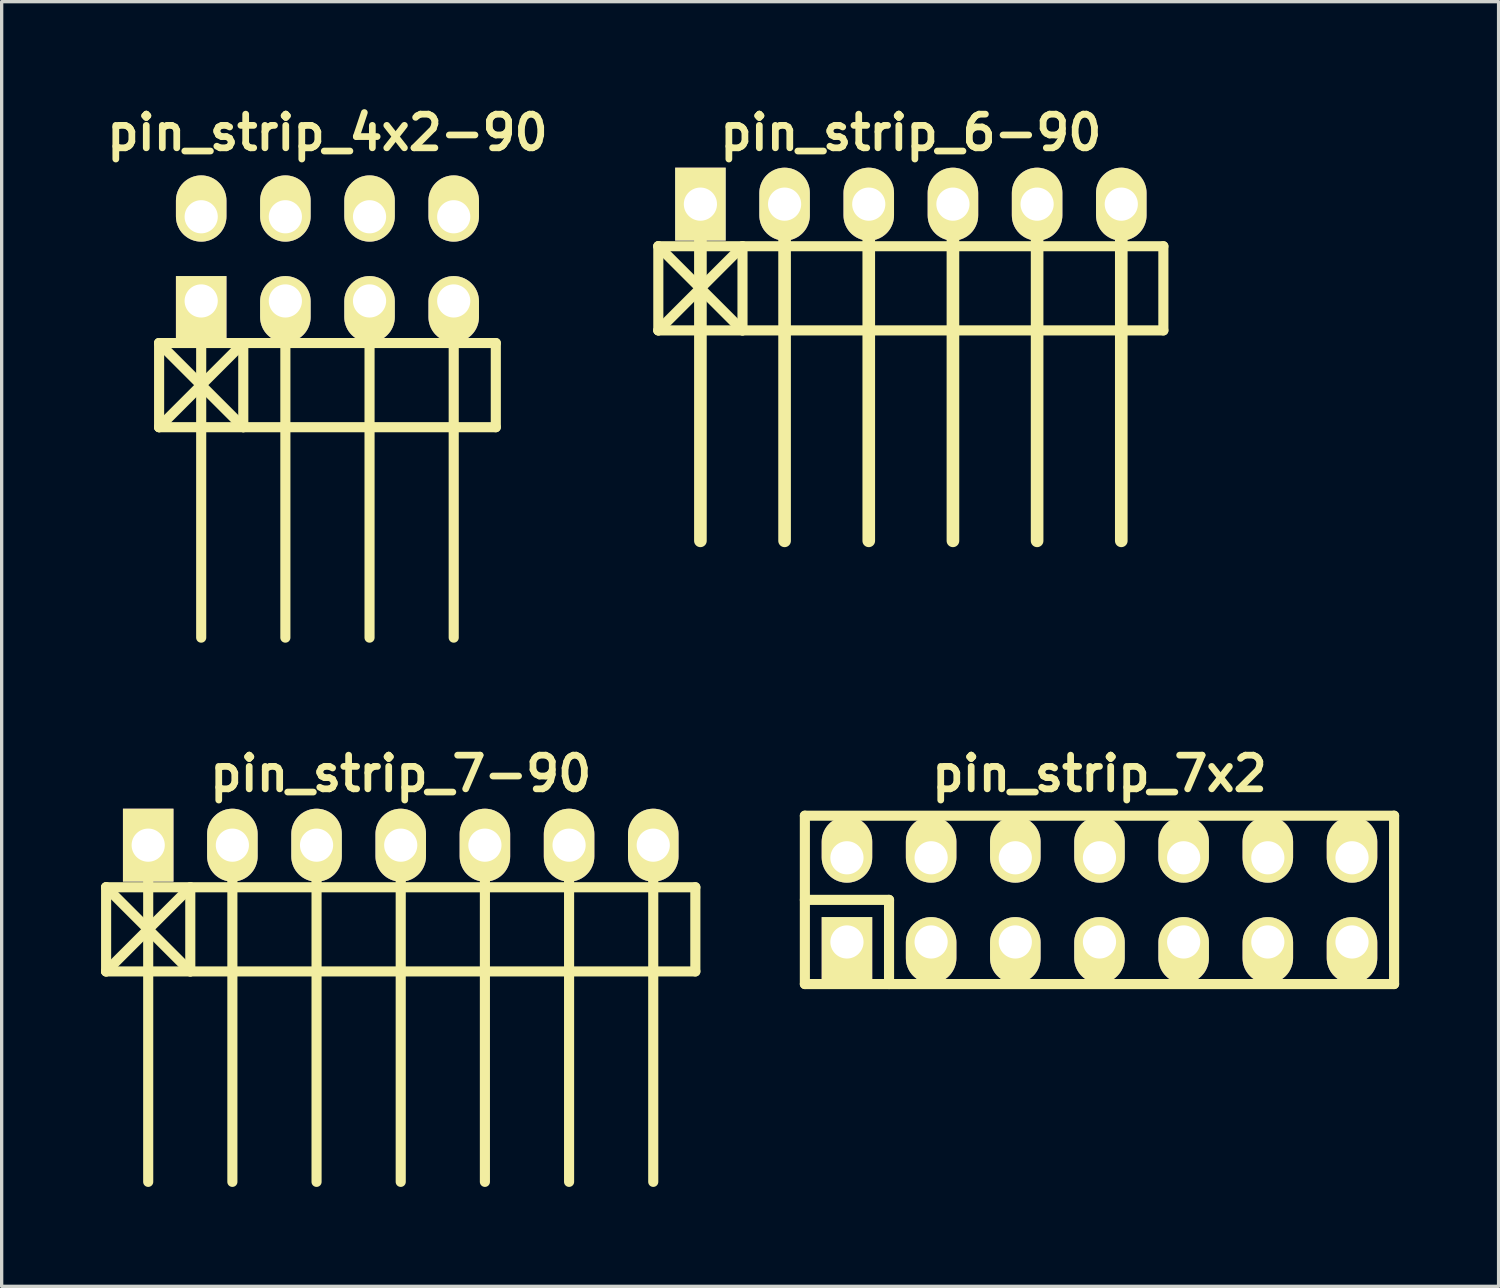
<source format=kicad_pcb>
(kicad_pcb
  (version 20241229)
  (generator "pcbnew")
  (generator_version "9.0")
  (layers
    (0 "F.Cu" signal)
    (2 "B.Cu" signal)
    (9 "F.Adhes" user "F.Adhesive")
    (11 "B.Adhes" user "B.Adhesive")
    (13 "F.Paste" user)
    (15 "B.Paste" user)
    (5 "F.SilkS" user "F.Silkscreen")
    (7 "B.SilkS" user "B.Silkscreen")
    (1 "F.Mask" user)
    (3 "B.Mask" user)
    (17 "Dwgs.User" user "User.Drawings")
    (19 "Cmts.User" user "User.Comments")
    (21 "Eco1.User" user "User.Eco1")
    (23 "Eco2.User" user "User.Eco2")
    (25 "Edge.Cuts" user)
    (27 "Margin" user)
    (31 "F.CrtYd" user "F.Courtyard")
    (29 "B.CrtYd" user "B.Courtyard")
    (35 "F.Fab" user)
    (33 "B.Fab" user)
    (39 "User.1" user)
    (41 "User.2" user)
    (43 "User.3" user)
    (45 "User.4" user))
  (footprint "pin_strip_7x2"
    (layer "F.Cu")
    (at 30.127 24.104)
    (property "Reference" "pin_strip_7x2" (at 0 -3.81 0) (layer "F.SilkS") (effects (font (size 1.016 1.016) (thickness 0.203))))
    (attr through_hole)
    (fp_line (start -8.89 -2.54) (end -8.89 2.54) (stroke (width 0.305) (type solid)) (layer "F.SilkS"))
    (fp_line (start -8.89 -2.54) (end 8.89 -2.54) (stroke (width 0.305) (type solid)) (layer "F.SilkS"))
    (fp_line (start -8.89 0) (end -6.35 0) (stroke (width 0.305) (type solid)) (layer "F.SilkS"))
    (fp_line (start -6.35 0) (end -6.35 2.54) (stroke (width 0.305) (type solid)) (layer "F.SilkS"))
    (fp_line (start 8.89 -2.54) (end 8.89 2.54) (stroke (width 0.305) (type solid)) (layer "F.SilkS"))
    (fp_line (start 8.89 2.54) (end -8.89 2.54) (stroke (width 0.305) (type solid)) (layer "F.SilkS"))
    (pad "1" thru_hole rect (at -7.62 1.27) (size 1.524 1.999) (drill 1.001 (offset 0 0.249)) (layers "*.Cu" "*.Mask" "F.SilkS"))
    (pad "2" thru_hole oval (at -7.62 -1.27) (size 1.524 1.999) (drill 1.001 (offset 0 -0.249)) (layers "*.Cu" "*.Mask" "F.SilkS"))
    (pad "3" thru_hole oval (at -5.08 1.27) (size 1.524 1.999) (drill 1.001 (offset 0 0.249)) (layers "*.Cu" "*.Mask" "F.SilkS"))
    (pad "4" thru_hole oval (at -5.08 -1.27) (size 1.524 1.999) (drill 1.001 (offset 0 -0.249)) (layers "*.Cu" "*.Mask" "F.SilkS"))
    (pad "5" thru_hole oval (at -2.54 1.27) (size 1.524 1.999) (drill 1.001 (offset 0 0.249)) (layers "*.Cu" "*.Mask" "F.SilkS"))
    (pad "6" thru_hole oval (at -2.54 -1.27) (size 1.524 1.999) (drill 1.001 (offset 0 -0.249)) (layers "*.Cu" "*.Mask" "F.SilkS"))
    (pad "7" thru_hole oval (at 0 1.27) (size 1.524 1.999) (drill 1.001 (offset 0 0.249)) (layers "*.Cu" "*.Mask" "F.SilkS"))
    (pad "8" thru_hole oval (at 0 -1.27) (size 1.524 1.999) (drill 1.001 (offset 0 -0.249)) (layers "*.Cu" "*.Mask" "F.SilkS"))
    (pad "9" thru_hole oval (at 2.54 1.27) (size 1.524 1.999) (drill 1.001 (offset 0 0.249)) (layers "*.Cu" "*.Mask" "F.SilkS"))
    (pad "10" thru_hole oval (at 2.54 -1.27) (size 1.524 1.999) (drill 1.001 (offset 0 -0.249)) (layers "*.Cu" "*.Mask" "F.SilkS"))
    (pad "11" thru_hole oval (at 5.08 1.27) (size 1.524 1.999) (drill 1.001 (offset 0 0.249)) (layers "*.Cu" "*.Mask" "F.SilkS"))
    (pad "12" thru_hole oval (at 5.08 -1.27) (size 1.524 1.999) (drill 1.001 (offset 0 -0.249)) (layers "*.Cu" "*.Mask" "F.SilkS"))
    (pad "13" thru_hole oval (at 7.62 1.27) (size 1.524 1.999) (drill 1.001 (offset 0 0.249)) (layers "*.Cu" "*.Mask" "F.SilkS"))
    (pad "14" thru_hole oval (at 7.62 -1.27) (size 1.524 1.999) (drill 1.001 (offset 0 -0.249)) (layers "*.Cu" "*.Mask" "F.SilkS")))
  (footprint "pin_strip_7-90"
    (layer "F.Cu")
    (at 9.042 22.453)
    (property "Reference" "pin_strip_7-90" (at 0 -2.159 0) (layer "F.SilkS") (effects (font (size 1.016 1.016) (thickness 0.203))))
    (attr through_hole)
    (fp_line (start -8.89 1.27) (end -6.35 3.81) (stroke (width 0.305) (type solid)) (layer "F.SilkS"))
    (fp_line (start -8.89 1.27) (end 8.89 1.27) (stroke (width 0.305) (type solid)) (layer "F.SilkS"))
    (fp_line (start -8.89 3.81) (end -8.89 1.27) (stroke (width 0.305) (type solid)) (layer "F.SilkS"))
    (fp_line (start -7.62 0) (end -7.62 10.16) (stroke (width 0.305) (type solid)) (layer "F.SilkS"))
    (fp_line (start -6.35 1.27) (end -8.89 3.81) (stroke (width 0.305) (type solid)) (layer "F.SilkS"))
    (fp_line (start -6.35 1.27) (end -6.35 3.81) (stroke (width 0.305) (type solid)) (layer "F.SilkS"))
    (fp_line (start -5.08 0) (end -5.08 10.16) (stroke (width 0.305) (type solid)) (layer "F.SilkS"))
    (fp_line (start -2.54 10.16) (end -2.54 0) (stroke (width 0.305) (type solid)) (layer "F.SilkS"))
    (fp_line (start 0 0) (end 0 10.16) (stroke (width 0.305) (type solid)) (layer "F.SilkS"))
    (fp_line (start 2.54 0) (end 2.54 10.16) (stroke (width 0.305) (type solid)) (layer "F.SilkS"))
    (fp_line (start 5.08 0) (end 5.08 10.16) (stroke (width 0.305) (type solid)) (layer "F.SilkS"))
    (fp_line (start 7.62 0) (end 7.62 10.16) (stroke (width 0.305) (type solid)) (layer "F.SilkS"))
    (fp_line (start 8.89 1.27) (end 8.89 3.81) (stroke (width 0.305) (type solid)) (layer "F.SilkS"))
    (fp_line (start 8.89 3.81) (end -8.89 3.81) (stroke (width 0.305) (type solid)) (layer "F.SilkS"))
    (pad "1" thru_hole rect (at -7.62 0) (size 1.524 2.2) (drill 1.001) (layers "*.Cu" "*.Mask" "F.SilkS"))
    (pad "2" thru_hole oval (at -5.08 0) (size 1.524 2.2) (drill 1.001) (layers "*.Cu" "*.Mask" "F.SilkS"))
    (pad "3" thru_hole oval (at -2.54 0) (size 1.524 2.2) (drill 1.001) (layers "*.Cu" "*.Mask" "F.SilkS"))
    (pad "4" thru_hole oval (at 0 0) (size 1.524 2.2) (drill 1.001) (layers "*.Cu" "*.Mask" "F.SilkS"))
    (pad "5" thru_hole oval (at 2.54 0) (size 1.524 2.2) (drill 1.001) (layers "*.Cu" "*.Mask" "F.SilkS"))
    (pad "6" thru_hole oval (at 5.08 0) (size 1.524 2.2) (drill 1.001) (layers "*.Cu" "*.Mask" "F.SilkS"))
    (pad "7" thru_hole oval (at 7.62 0) (size 1.524 2.2) (drill 1.001) (layers "*.Cu" "*.Mask" "F.SilkS")))
  (footprint "pin_strip_4x2-90"
    (layer "F.Cu")
    (at 6.831 4.761)
    (property "Reference" "pin_strip_4x2-90" (at 0 -3.81 0) (layer "F.SilkS") (effects (font (size 1.016 1.016) (thickness 0.203))))
    (attr through_hole)
    (fp_line (start -5.08 2.54) (end -2.54 5.08) (stroke (width 0.305) (type solid)) (layer "F.SilkS"))
    (fp_line (start -5.08 2.54) (end 5.08 2.54) (stroke (width 0.305) (type solid)) (layer "F.SilkS"))
    (fp_line (start -5.08 5.08) (end -5.08 2.54) (stroke (width 0.305) (type solid)) (layer "F.SilkS"))
    (fp_line (start -3.81 1.27) (end -3.81 11.43) (stroke (width 0.305) (type solid)) (layer "F.SilkS"))
    (fp_line (start -2.54 2.54) (end -5.08 5.08) (stroke (width 0.305) (type solid)) (layer "F.SilkS"))
    (fp_line (start -2.54 5.08) (end -2.54 2.54) (stroke (width 0.305) (type solid)) (layer "F.SilkS"))
    (fp_line (start -1.27 1.27) (end -1.27 11.43) (stroke (width 0.305) (type solid)) (layer "F.SilkS"))
    (fp_line (start 1.27 11.43) (end 1.27 1.27) (stroke (width 0.305) (type solid)) (layer "F.SilkS"))
    (fp_line (start 3.81 1.27) (end 3.81 11.43) (stroke (width 0.305) (type solid)) (layer "F.SilkS"))
    (fp_line (start 5.08 2.54) (end 5.08 5.08) (stroke (width 0.305) (type solid)) (layer "F.SilkS"))
    (fp_line (start 5.08 5.08) (end -5.08 5.08) (stroke (width 0.305) (type solid)) (layer "F.SilkS"))
    (pad "1" thru_hole rect (at -3.81 1.27) (size 1.524 1.999) (drill 1.001 (offset 0 0.249)) (layers "*.Cu" "*.Mask" "F.SilkS"))
    (pad "2" thru_hole oval (at -3.81 -1.27) (size 1.524 1.999) (drill 1.001 (offset 0 -0.249)) (layers "*.Cu" "*.Mask" "F.SilkS"))
    (pad "3" thru_hole oval (at -1.27 1.27) (size 1.524 1.999) (drill 1.001 (offset 0 0.249)) (layers "*.Cu" "*.Mask" "F.SilkS"))
    (pad "4" thru_hole oval (at -1.27 -1.27) (size 1.524 1.999) (drill 1.001 (offset 0 -0.249)) (layers "*.Cu" "*.Mask" "F.SilkS"))
    (pad "5" thru_hole oval (at 1.27 1.27) (size 1.524 1.999) (drill 1.001 (offset 0 0.249)) (layers "*.Cu" "*.Mask" "F.SilkS"))
    (pad "6" thru_hole oval (at 1.27 -1.27) (size 1.524 1.999) (drill 1.001 (offset 0 -0.249)) (layers "*.Cu" "*.Mask" "F.SilkS"))
    (pad "7" thru_hole oval (at 3.81 1.27) (size 1.524 1.999) (drill 1.001 (offset 0 0.249)) (layers "*.Cu" "*.Mask" "F.SilkS"))
    (pad "8" thru_hole oval (at 3.81 -1.27) (size 1.524 1.999) (drill 1.001 (offset 0 -0.249)) (layers "*.Cu" "*.Mask" "F.SilkS")))
  (footprint "pin_strip_6-90"
    (layer "F.Cu")
    (at 24.435 3.11)
    (property "Reference" "pin_strip_6-90" (at 0 -2.159 0) (layer "F.SilkS") (effects (font (size 1.016 1.016) (thickness 0.203))))
    (attr through_hole)
    (fp_line (start -7.62 1.27) (end 7.62 1.27) (stroke (width 0.305) (type solid)) (layer "F.SilkS"))
    (fp_line (start -7.62 3.81) (end -7.62 1.27) (stroke (width 0.305) (type solid)) (layer "F.SilkS"))
    (fp_line (start -7.62 3.81) (end -5.08 1.27) (stroke (width 0.305) (type solid)) (layer "F.SilkS"))
    (fp_line (start -6.35 0) (end -6.35 10.16) (stroke (width 0.381) (type solid)) (layer "F.SilkS"))
    (fp_line (start -5.08 1.27) (end -5.08 3.81) (stroke (width 0.305) (type solid)) (layer "F.SilkS"))
    (fp_line (start -5.08 3.81) (end -7.62 1.27) (stroke (width 0.305) (type solid)) (layer "F.SilkS"))
    (fp_line (start -3.81 0) (end -3.81 10.16) (stroke (width 0.381) (type solid)) (layer "F.SilkS"))
    (fp_line (start -1.27 10.16) (end -1.27 0) (stroke (width 0.381) (type solid)) (layer "F.SilkS"))
    (fp_line (start 1.27 0) (end 1.27 10.16) (stroke (width 0.381) (type solid)) (layer "F.SilkS"))
    (fp_line (start 3.81 0) (end 3.81 10.16) (stroke (width 0.381) (type solid)) (layer "F.SilkS"))
    (fp_line (start 6.35 0) (end 6.35 10.16) (stroke (width 0.381) (type solid)) (layer "F.SilkS"))
    (fp_line (start 7.62 1.27) (end 7.62 3.81) (stroke (width 0.305) (type solid)) (layer "F.SilkS"))
    (fp_line (start 7.62 3.81) (end -7.62 3.81) (stroke (width 0.305) (type solid)) (layer "F.SilkS"))
    (pad "1" thru_hole rect (at -6.35 0) (size 1.524 2.2) (drill 1.001) (layers "*.Cu" "*.Mask" "F.SilkS"))
    (pad "2" thru_hole oval (at -3.81 0) (size 1.524 2.2) (drill 1.001) (layers "*.Cu" "*.Mask" "F.SilkS"))
    (pad "3" thru_hole oval (at -1.27 0) (size 1.524 2.2) (drill 1.001) (layers "*.Cu" "*.Mask" "F.SilkS"))
    (pad "4" thru_hole oval (at 1.27 0) (size 1.524 2.2) (drill 1.001) (layers "*.Cu" "*.Mask" "F.SilkS"))
    (pad "5" thru_hole oval (at 3.81 0) (size 1.524 2.2) (drill 1.001) (layers "*.Cu" "*.Mask" "F.SilkS"))
    (pad "6" thru_hole oval (at 6.35 0) (size 1.524 2.2) (drill 1.001) (layers "*.Cu" "*.Mask" "F.SilkS")))
  (gr_rect
    (start -3 -3)
    (end 42.17 35.766)
    (stroke (width 0.1) (type default))
    (fill no)
    (layer "Edge.Cuts")))
</source>
